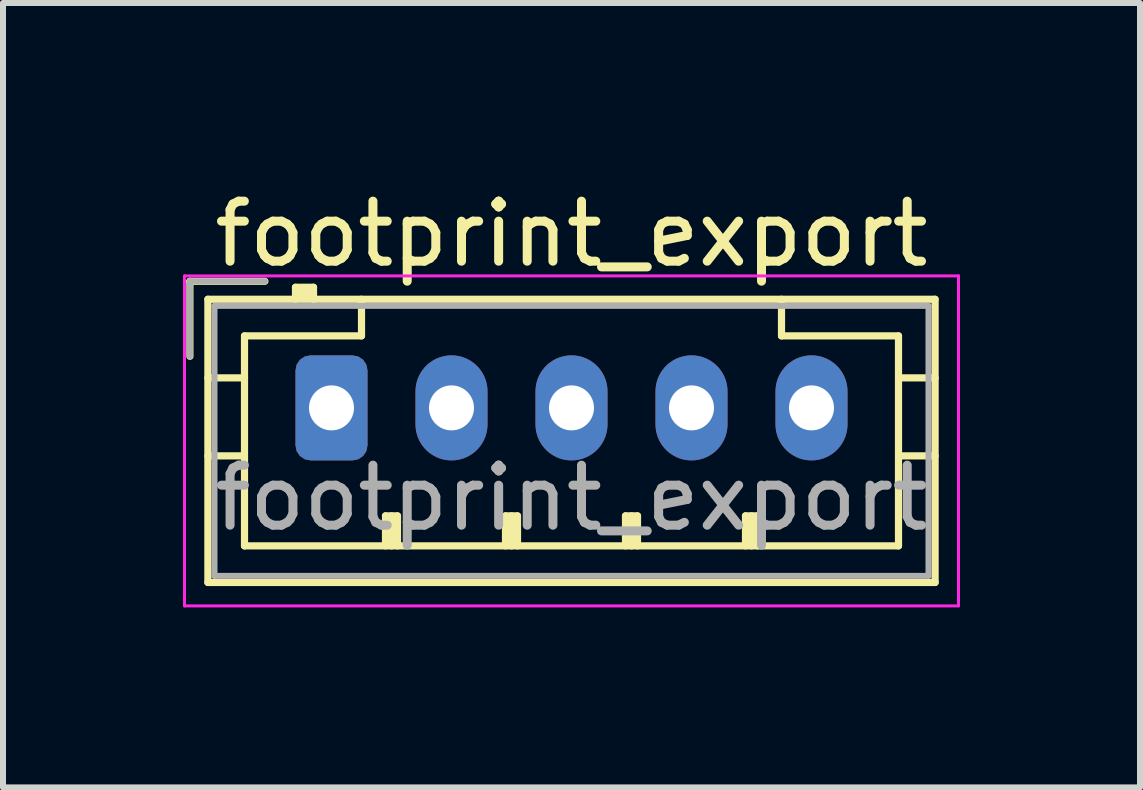
<source format=kicad_pcb>
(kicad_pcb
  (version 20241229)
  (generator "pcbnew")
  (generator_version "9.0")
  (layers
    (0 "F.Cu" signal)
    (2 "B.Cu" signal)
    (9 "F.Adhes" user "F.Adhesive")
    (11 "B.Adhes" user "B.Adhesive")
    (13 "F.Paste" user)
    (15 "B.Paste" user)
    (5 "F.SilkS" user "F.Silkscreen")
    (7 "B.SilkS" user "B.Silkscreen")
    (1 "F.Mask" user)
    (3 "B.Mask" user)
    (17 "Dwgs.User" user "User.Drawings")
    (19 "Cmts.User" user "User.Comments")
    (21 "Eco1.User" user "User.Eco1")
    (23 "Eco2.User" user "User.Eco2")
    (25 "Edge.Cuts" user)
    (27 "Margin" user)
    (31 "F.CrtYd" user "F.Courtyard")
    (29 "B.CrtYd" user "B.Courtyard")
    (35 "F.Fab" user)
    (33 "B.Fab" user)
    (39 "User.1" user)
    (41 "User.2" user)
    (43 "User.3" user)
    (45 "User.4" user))
  (footprint "footprint_export"
    (layer "F.Cu")
    (at 2.475 3.748)
    (property "Reference" "footprint_export" (at 4 -2.9 0) (layer "F.SilkS") (effects (font (size 1 1) (thickness 0.15))))
    (attr through_hole)
    (fp_line (start -2.36 -2.11) (end -2.36 -0.86) (stroke (width 0.12) (type solid)) (layer "F.SilkS"))
    (fp_line (start -2.06 -1.81) (end -2.06 2.91) (stroke (width 0.12) (type solid)) (layer "F.SilkS"))
    (fp_line (start -2.06 -0.5) (end -1.45 -0.5) (stroke (width 0.12) (type solid)) (layer "F.SilkS"))
    (fp_line (start -2.06 0.8) (end -1.45 0.8) (stroke (width 0.12) (type solid)) (layer "F.SilkS"))
    (fp_line (start -2.06 2.91) (end 10.06 2.91) (stroke (width 0.12) (type solid)) (layer "F.SilkS"))
    (fp_line (start -1.45 -1.2) (end -1.45 2.3) (stroke (width 0.12) (type solid)) (layer "F.SilkS"))
    (fp_line (start -1.45 2.3) (end 9.45 2.3) (stroke (width 0.12) (type solid)) (layer "F.SilkS"))
    (fp_line (start -1.11 -2.11) (end -2.36 -2.11) (stroke (width 0.12) (type solid)) (layer "F.SilkS"))
    (fp_line (start -0.6 -2.01) (end -0.6 -1.81) (stroke (width 0.12) (type solid)) (layer "F.SilkS"))
    (fp_line (start -0.3 -2.01) (end -0.6 -2.01) (stroke (width 0.12) (type solid)) (layer "F.SilkS"))
    (fp_line (start -0.3 -1.91) (end -0.6 -1.91) (stroke (width 0.12) (type solid)) (layer "F.SilkS"))
    (fp_line (start -0.3 -1.81) (end -0.3 -2.01) (stroke (width 0.12) (type solid)) (layer "F.SilkS"))
    (fp_line (start 0.5 -1.81) (end 0.5 -1.2) (stroke (width 0.12) (type solid)) (layer "F.SilkS"))
    (fp_line (start 0.5 -1.2) (end -1.45 -1.2) (stroke (width 0.12) (type solid)) (layer "F.SilkS"))
    (fp_line (start 0.9 1.8) (end 1.1 1.8) (stroke (width 0.12) (type solid)) (layer "F.SilkS"))
    (fp_line (start 0.9 2.3) (end 0.9 1.8) (stroke (width 0.12) (type solid)) (layer "F.SilkS"))
    (fp_line (start 1 2.3) (end 1 1.8) (stroke (width 0.12) (type solid)) (layer "F.SilkS"))
    (fp_line (start 1.1 1.8) (end 1.1 2.3) (stroke (width 0.12) (type solid)) (layer "F.SilkS"))
    (fp_line (start 2.9 1.8) (end 3.1 1.8) (stroke (width 0.12) (type solid)) (layer "F.SilkS"))
    (fp_line (start 2.9 2.3) (end 2.9 1.8) (stroke (width 0.12) (type solid)) (layer "F.SilkS"))
    (fp_line (start 3 2.3) (end 3 1.8) (stroke (width 0.12) (type solid)) (layer "F.SilkS"))
    (fp_line (start 3.1 1.8) (end 3.1 2.3) (stroke (width 0.12) (type solid)) (layer "F.SilkS"))
    (fp_line (start 4.9 1.8) (end 5.1 1.8) (stroke (width 0.12) (type solid)) (layer "F.SilkS"))
    (fp_line (start 4.9 2.3) (end 4.9 1.8) (stroke (width 0.12) (type solid)) (layer "F.SilkS"))
    (fp_line (start 5 2.3) (end 5 1.8) (stroke (width 0.12) (type solid)) (layer "F.SilkS"))
    (fp_line (start 5.1 1.8) (end 5.1 2.3) (stroke (width 0.12) (type solid)) (layer "F.SilkS"))
    (fp_line (start 6.9 1.8) (end 7.1 1.8) (stroke (width 0.12) (type solid)) (layer "F.SilkS"))
    (fp_line (start 6.9 2.3) (end 6.9 1.8) (stroke (width 0.12) (type solid)) (layer "F.SilkS"))
    (fp_line (start 7 2.3) (end 7 1.8) (stroke (width 0.12) (type solid)) (layer "F.SilkS"))
    (fp_line (start 7.1 1.8) (end 7.1 2.3) (stroke (width 0.12) (type solid)) (layer "F.SilkS"))
    (fp_line (start 7.5 -1.2) (end 7.5 -1.81) (stroke (width 0.12) (type solid)) (layer "F.SilkS"))
    (fp_line (start 9.45 -1.2) (end 7.5 -1.2) (stroke (width 0.12) (type solid)) (layer "F.SilkS"))
    (fp_line (start 9.45 2.3) (end 9.45 -1.2) (stroke (width 0.12) (type solid)) (layer "F.SilkS"))
    (fp_line (start 10.06 -1.81) (end -2.06 -1.81) (stroke (width 0.12) (type solid)) (layer "F.SilkS"))
    (fp_line (start 10.06 -0.5) (end 9.45 -0.5) (stroke (width 0.12) (type solid)) (layer "F.SilkS"))
    (fp_line (start 10.06 0.8) (end 9.45 0.8) (stroke (width 0.12) (type solid)) (layer "F.SilkS"))
    (fp_line (start 10.06 2.91) (end 10.06 -1.81) (stroke (width 0.12) (type solid)) (layer "F.SilkS"))
    (fp_line (start -2.45 -2.2) (end -2.45 3.3) (stroke (width 0.05) (type solid)) (layer "F.CrtYd"))
    (fp_line (start -2.45 3.3) (end 10.45 3.3) (stroke (width 0.05) (type solid)) (layer "F.CrtYd"))
    (fp_line (start 10.45 -2.2) (end -2.45 -2.2) (stroke (width 0.05) (type solid)) (layer "F.CrtYd"))
    (fp_line (start 10.45 3.3) (end 10.45 -2.2) (stroke (width 0.05) (type solid)) (layer "F.CrtYd"))
    (fp_line (start -2.36 -2.11) (end -2.36 -0.86) (stroke (width 0.1) (type solid)) (layer "F.Fab"))
    (fp_line (start -1.95 -1.7) (end -1.95 2.8) (stroke (width 0.1) (type solid)) (layer "F.Fab"))
    (fp_line (start -1.95 2.8) (end 9.95 2.8) (stroke (width 0.1) (type solid)) (layer "F.Fab"))
    (fp_line (start -1.11 -2.11) (end -2.36 -2.11) (stroke (width 0.1) (type solid)) (layer "F.Fab"))
    (fp_line (start 9.95 -1.7) (end -1.95 -1.7) (stroke (width 0.1) (type solid)) (layer "F.Fab"))
    (fp_line (start 9.95 2.8) (end 9.95 -1.7) (stroke (width 0.1) (type solid)) (layer "F.Fab"))
    (fp_text user "${REFERENCE}" (at 4 1.5 0) (layer "F.Fab") (effects (font (size 1 1) (thickness 0.15))))
    (pad "1" thru_hole roundrect (at 0 0) (size 1.2 1.75) (drill 0.75) (layers "*.Cu" "*.Mask") (roundrect_rratio 0.208))
    (pad "2" thru_hole oval (at 2 0) (size 1.2 1.75) (drill 0.75) (layers "*.Cu" "*.Mask"))
    (pad "3" thru_hole oval (at 4 0) (size 1.2 1.75) (drill 0.75) (layers "*.Cu" "*.Mask"))
    (pad "4" thru_hole oval (at 6 0) (size 1.2 1.75) (drill 0.75) (layers "*.Cu" "*.Mask"))
    (pad "5" thru_hole oval (at 8 0) (size 1.2 1.75) (drill 0.75) (layers "*.Cu" "*.Mask")))
  (gr_rect
    (start -3 -3)
    (end 15.95 10.073)
    (stroke (width 0.1) (type default))
    (fill no)
    (layer "Edge.Cuts")))
</source>
